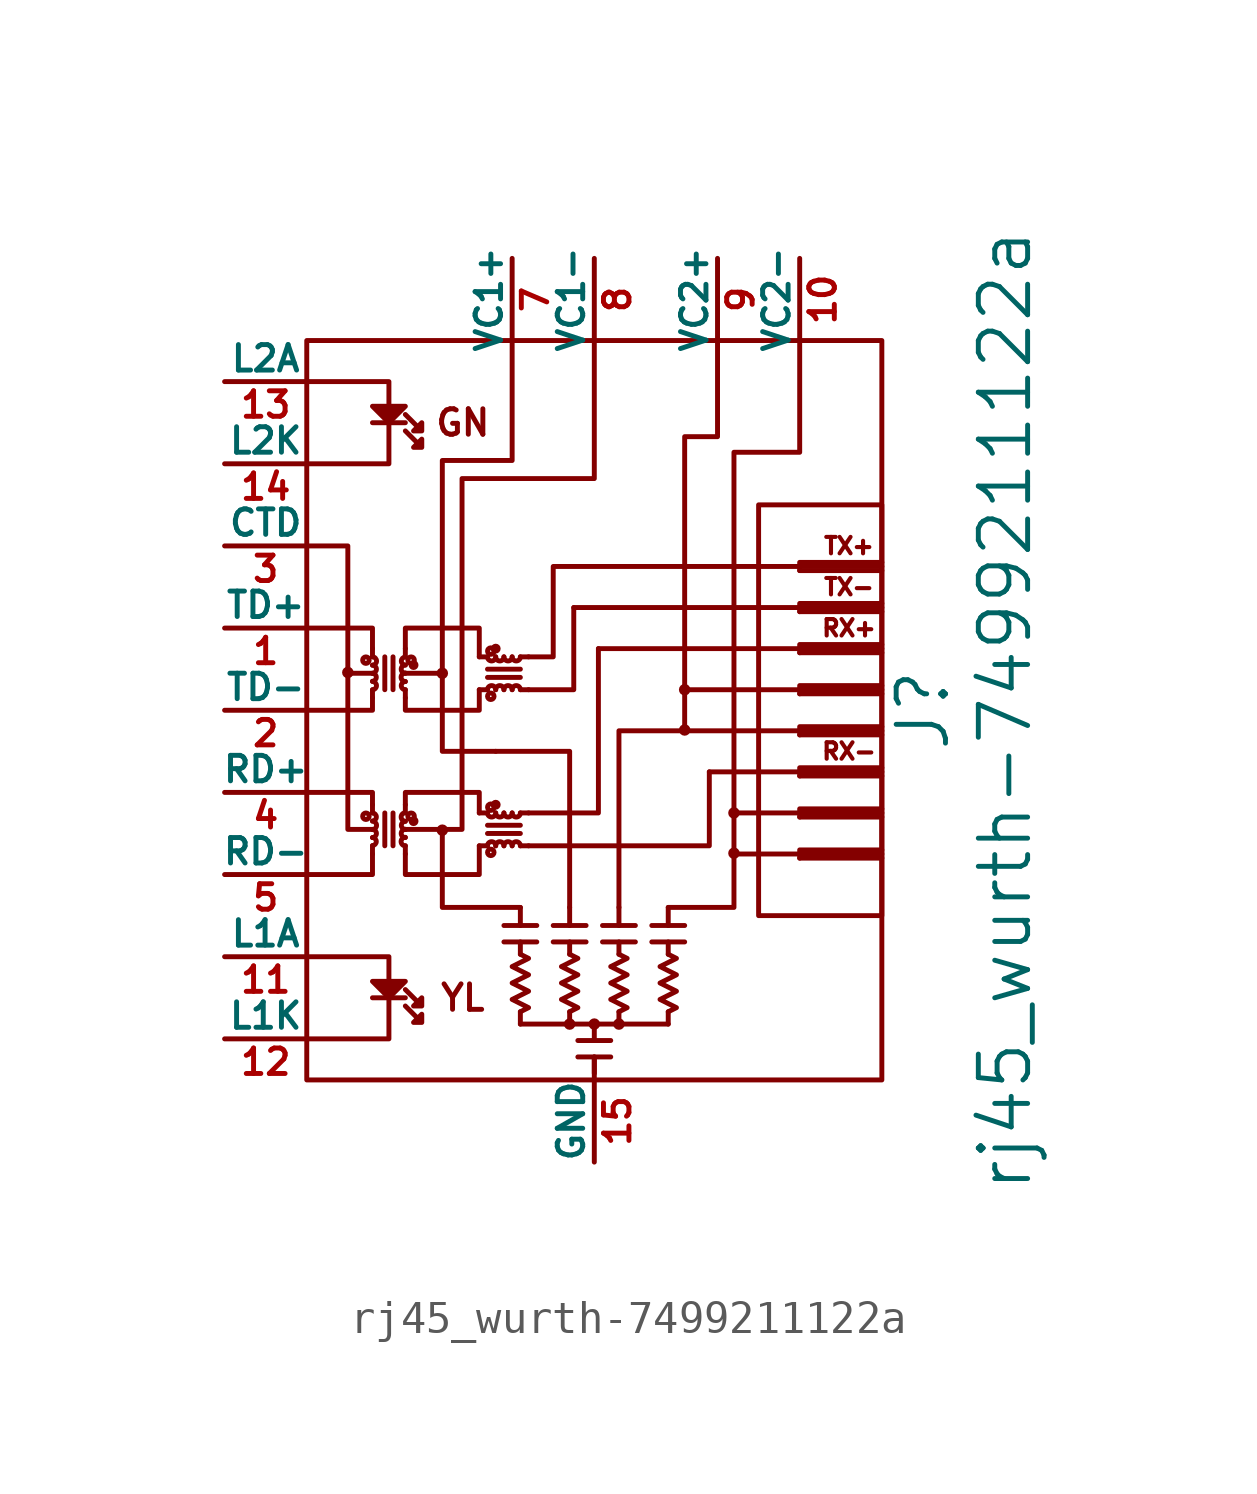
<source format=kicad_sym>
(kicad_symbol_lib
  (version 20211014)
  (generator kicad_symbol_editor)
  (symbol "rj45_wurth-7499211122a"
    (pin_names
      (offset 0))
    (property "Reference" "J"
      (at 11.43 0 90)
      (effects (font (size 1.524 1.524))))
    (property "Value" "rj45_wurth-7499211122a"
      (at 13.97 0 90)
      (effects (font (size 1.524 1.524))))
    (property "Footprint" ""
      (at -7.62 -1.27 0)
      (effects (font (size 1.524 1.524))))
    (property "Datasheet" ""
      (at -7.62 -1.27 0)
      (effects (font (size 1.524 1.524))))
    (symbol "rj45_wurth-7499211122a_0_0"
      (polyline (pts (xy -1.016 -6.096) (xy -1.016 -6.655)) (stroke (width 0) (type default) (color 0 0 0 0)) (fill (type none)))
      (polyline (pts (xy 0.508 -6.096) (xy 0.508 -6.655)) (stroke (width 0) (type default) (color 0 0 0 0)) (fill (type none)))
      (polyline (pts (xy 1.27 -10.719) (xy 1.27 -11.405)) (stroke (width 0) (type default) (color 0 0 0 0)) (fill (type none)))
      (polyline (pts (xy 2.032 -6.096) (xy 2.032 -6.655)) (stroke (width 0) (type default) (color 0 0 0 0)) (fill (type none)))
      (polyline (pts (xy 3.556 -6.096) (xy 3.556 -6.655)) (stroke (width 0) (type default) (color 0 0 0 0)) (fill (type none)))
      (polyline (pts (xy -3.429 1.143) (xy -3.429 7.722) (xy -1.27 7.722) (xy -1.27 11.455)) (stroke (width 0) (type default) (color 0 0 0 0)) (fill (type none)))
      (polyline (pts (xy 5.08 11.455) (xy 5.08 8.458) (xy 4.064 8.458) (xy 4.064 0.635)) (stroke (width 0) (type default) (color 0 0 0 0)) (fill (type none)))
      (polyline (pts (xy 1.27 11.455) (xy 1.27 7.163) (xy -2.819 7.163) (xy -2.819 -3.683) (xy -3.429 -3.683)) (stroke (width 0) (type default) (color 0 0 0 0)) (fill (type none)))
      (polyline (pts (xy 5.588 -3.175) (xy 5.588 7.976) (xy 7.595 7.976) (xy 7.62 7.976) (xy 7.62 11.455)) (stroke (width 0) (type default) (color 0 0 0 0)) (fill (type none)))
      (text "GN" (at -2.794 8.89 0) (effects (font (size 0.787 0.787))))
      (text "RX+" (at 9.144 2.54 0) (effects (font (size 0.508 0.508))))
      (text "RX-" (at 9.144 -1.27 0) (effects (font (size 0.508 0.508))))
      (text "TX+" (at 9.144 5.08 0) (effects (font (size 0.508 0.508))))
      (text "TX-" (at 9.144 3.81 0) (effects (font (size 0.508 0.508))))
      (text "YL" (at -2.794 -8.89 0) (effects (font (size 0.787 0.787)))))
    (symbol "rj45_wurth-7499211122a_0_1"
      (circle (center -6.35 1.168) (radius 0.102) (stroke (width 0) (type default) (color 0 0 0 0)) (fill (type none)))
      (circle (center -5.791 -3.277) (radius 0.025) (stroke (width 0) (type default) (color 0 0 0 0)) (fill (type none)))
      (circle (center -5.791 1.549) (radius 0.025) (stroke (width 0) (type default) (color 0 0 0 0)) (fill (type none)))
      (arc (start -5.588 -4.191) (mid -5.461 -4.064) (end -5.588 -3.937) (stroke (width 0) (type default) (color 0 0 0 0)) (fill (type none)))
      (arc (start -5.588 -3.937) (mid -5.461 -3.81) (end -5.588 -3.683) (stroke (width 0) (type default) (color 0 0 0 0)) (fill (type none)))
      (arc (start -5.588 -3.683) (mid -5.461 -3.556) (end -5.588 -3.429) (stroke (width 0) (type default) (color 0 0 0 0)) (fill (type none)))
      (arc (start -5.588 -3.429) (mid -5.461 -3.302) (end -5.588 -3.175) (stroke (width 0) (type default) (color 0 0 0 0)) (fill (type none)))
      (arc (start -5.588 0.635) (mid -5.461 0.762) (end -5.588 0.889) (stroke (width 0) (type default) (color 0 0 0 0)) (fill (type none)))
      (arc (start -5.588 0.889) (mid -5.461 1.016) (end -5.588 1.143) (stroke (width 0) (type default) (color 0 0 0 0)) (fill (type none)))
      (arc (start -5.588 1.143) (mid -5.461 1.27) (end -5.588 1.397) (stroke (width 0) (type default) (color 0 0 0 0)) (fill (type none)))
      (arc (start -5.588 1.397) (mid -5.461 1.524) (end -5.588 1.651) (stroke (width 0) (type default) (color 0 0 0 0)) (fill (type none)))
      (arc (start -4.572 -3.937) (mid -4.699 -4.064) (end -4.572 -4.191) (stroke (width 0) (type default) (color 0 0 0 0)) (fill (type none)))
      (arc (start -4.572 -3.683) (mid -4.699 -3.81) (end -4.572 -3.937) (stroke (width 0) (type default) (color 0 0 0 0)) (fill (type none)))
      (arc (start -4.572 -3.429) (mid -4.699 -3.556) (end -4.572 -3.683) (stroke (width 0) (type default) (color 0 0 0 0)) (fill (type none)))
      (arc (start -4.572 -3.175) (mid -4.699 -3.302) (end -4.572 -3.429) (stroke (width 0) (type default) (color 0 0 0 0)) (fill (type none)))
      (arc (start -4.572 0.889) (mid -4.699 0.762) (end -4.572 0.635) (stroke (width 0) (type default) (color 0 0 0 0)) (fill (type none)))
      (arc (start -4.572 1.143) (mid -4.699 1.016) (end -4.572 0.889) (stroke (width 0) (type default) (color 0 0 0 0)) (fill (type none)))
      (arc (start -4.572 1.397) (mid -4.699 1.27) (end -4.572 1.143) (stroke (width 0) (type default) (color 0 0 0 0)) (fill (type none)))
      (arc (start -4.572 1.651) (mid -4.699 1.524) (end -4.572 1.397) (stroke (width 0) (type default) (color 0 0 0 0)) (fill (type none)))
      (circle (center -4.394 -3.277) (radius 0.025) (stroke (width 0) (type default) (color 0 0 0 0)) (fill (type none)))
      (circle (center -4.394 1.549) (radius 0.025) (stroke (width 0) (type default) (color 0 0 0 0)) (fill (type none)))
      (circle (center -4.318 -3.429) (radius 0.0001) (stroke (width 0) (type default) (color 0 0 0 0)) (fill (type none)))
      (circle (center -4.318 1.397) (radius 0.0001) (stroke (width 0) (type default) (color 0 0 0 0)) (fill (type none)))
      (circle (center -3.429 -3.708) (radius 0.102) (stroke (width 0) (type default) (color 0 0 0 0)) (fill (type none)))
      (circle (center -3.429 1.143) (radius 0.102) (stroke (width 0) (type default) (color 0 0 0 0)) (fill (type none)))
      (arc (start -2.032 -3.175) (mid -1.905 -3.302) (end -1.778 -3.175) (stroke (width 0) (type default) (color 0 0 0 0)) (fill (type none)))
      (arc (start -2.032 1.651) (mid -1.905 1.524) (end -1.778 1.651) (stroke (width 0) (type default) (color 0 0 0 0)) (fill (type none)))
      (circle (center -1.93 -4.394) (radius 0.025) (stroke (width 0) (type default) (color 0 0 0 0)) (fill (type none)))
      (circle (center -1.93 -2.997) (radius 0.025) (stroke (width 0) (type default) (color 0 0 0 0)) (fill (type none)))
      (circle (center -1.93 0.432) (radius 0.025) (stroke (width 0) (type default) (color 0 0 0 0)) (fill (type none)))
      (circle (center -1.93 1.829) (radius 0.025) (stroke (width 0) (type default) (color 0 0 0 0)) (fill (type none)))
      (arc (start -1.778 -4.191) (mid -1.905 -4.064) (end -2.032 -4.191) (stroke (width 0) (type default) (color 0 0 0 0)) (fill (type none)))
      (arc (start -1.778 -3.175) (mid -1.651 -3.302) (end -1.524 -3.175) (stroke (width 0) (type default) (color 0 0 0 0)) (fill (type none)))
      (circle (center -1.778 -2.921) (radius 0.0001) (stroke (width 0) (type default) (color 0 0 0 0)) (fill (type none)))
      (arc (start -1.778 0.635) (mid -1.905 0.762) (end -2.032 0.635) (stroke (width 0) (type default) (color 0 0 0 0)) (fill (type none)))
      (arc (start -1.778 1.651) (mid -1.651 1.524) (end -1.524 1.651) (stroke (width 0) (type default) (color 0 0 0 0)) (fill (type none)))
      (circle (center -1.778 1.905) (radius 0.0001) (stroke (width 0) (type default) (color 0 0 0 0)) (fill (type none)))
      (arc (start -1.524 -4.191) (mid -1.651 -4.064) (end -1.778 -4.191) (stroke (width 0) (type default) (color 0 0 0 0)) (fill (type none)))
      (arc (start -1.524 -3.175) (mid -1.397 -3.302) (end -1.27 -3.175) (stroke (width 0) (type default) (color 0 0 0 0)) (fill (type none)))
      (arc (start -1.524 0.635) (mid -1.651 0.762) (end -1.778 0.635) (stroke (width 0) (type default) (color 0 0 0 0)) (fill (type none)))
      (arc (start -1.524 1.651) (mid -1.397 1.524) (end -1.27 1.651) (stroke (width 0) (type default) (color 0 0 0 0)) (fill (type none)))
      (arc (start -1.27 -4.191) (mid -1.397 -4.064) (end -1.524 -4.191) (stroke (width 0) (type default) (color 0 0 0 0)) (fill (type none)))
      (arc (start -1.27 -3.175) (mid -1.143 -3.302) (end -1.016 -3.175) (stroke (width 0) (type default) (color 0 0 0 0)) (fill (type none)))
      (arc (start -1.27 0.635) (mid -1.397 0.762) (end -1.524 0.635) (stroke (width 0) (type default) (color 0 0 0 0)) (fill (type none)))
      (arc (start -1.27 1.651) (mid -1.143 1.524) (end -1.016 1.651) (stroke (width 0) (type default) (color 0 0 0 0)) (fill (type none)))
      (arc (start -1.016 -4.191) (mid -1.143 -4.064) (end -1.27 -4.191) (stroke (width 0) (type default) (color 0 0 0 0)) (fill (type none)))
      (arc (start -1.016 0.635) (mid -1.143 0.762) (end -1.27 0.635) (stroke (width 0) (type default) (color 0 0 0 0)) (fill (type none)))
      (polyline (pts (xy -6.35 1.143) (xy -5.588 1.143)) (stroke (width 0) (type default) (color 0 0 0 0)) (fill (type none)))
      (polyline (pts (xy -5.588 -8.89) (xy -4.572 -8.89)) (stroke (width 0) (type default) (color 0 0 0 0)) (fill (type none)))
      (polyline (pts (xy -5.588 -4.191) (xy -5.588 -4.445)) (stroke (width 0) (type default) (color 0 0 0 0)) (fill (type none)))
      (polyline (pts (xy -5.588 -2.921) (xy -5.588 -3.175)) (stroke (width 0) (type default) (color 0 0 0 0)) (fill (type none)))
      (polyline (pts (xy -5.588 0.635) (xy -5.588 0.381)) (stroke (width 0) (type default) (color 0 0 0 0)) (fill (type none)))
      (polyline (pts (xy -5.588 1.905) (xy -5.588 1.651)) (stroke (width 0) (type default) (color 0 0 0 0)) (fill (type none)))
      (polyline (pts (xy -5.588 8.89) (xy -4.572 8.89)) (stroke (width 0) (type default) (color 0 0 0 0)) (fill (type none)))
      (polyline (pts (xy -5.207 -4.191) (xy -5.207 -3.175)) (stroke (width 0) (type default) (color 0 0 0 0)) (fill (type none)))
      (polyline (pts (xy -5.207 0.635) (xy -5.207 1.651)) (stroke (width 0) (type default) (color 0 0 0 0)) (fill (type none)))
      (polyline (pts (xy -4.953 -3.175) (xy -4.953 -4.191)) (stroke (width 0) (type default) (color 0 0 0 0)) (fill (type none)))
      (polyline (pts (xy -4.953 1.651) (xy -4.953 0.635)) (stroke (width 0) (type default) (color 0 0 0 0)) (fill (type none)))
      (polyline (pts (xy -4.572 -4.191) (xy -4.572 -4.445)) (stroke (width 0) (type default) (color 0 0 0 0)) (fill (type none)))
      (polyline (pts (xy -4.572 -2.921) (xy -4.572 -3.175)) (stroke (width 0) (type default) (color 0 0 0 0)) (fill (type none)))
      (polyline (pts (xy -4.572 0.635) (xy -4.572 0.381)) (stroke (width 0) (type default) (color 0 0 0 0)) (fill (type none)))
      (polyline (pts (xy -4.572 1.905) (xy -4.572 1.651)) (stroke (width 0) (type default) (color 0 0 0 0)) (fill (type none)))
      (polyline (pts (xy -2.286 -4.191) (xy -2.032 -4.191)) (stroke (width 0) (type default) (color 0 0 0 0)) (fill (type none)))
      (polyline (pts (xy -2.286 -3.175) (xy -2.032 -3.175)) (stroke (width 0) (type default) (color 0 0 0 0)) (fill (type none)))
      (polyline (pts (xy -2.286 0.635) (xy -2.032 0.635)) (stroke (width 0) (type default) (color 0 0 0 0)) (fill (type none)))
      (polyline (pts (xy -2.286 1.651) (xy -2.032 1.651)) (stroke (width 0) (type default) (color 0 0 0 0)) (fill (type none)))
      (polyline (pts (xy -2.032 -3.556) (xy -1.016 -3.556)) (stroke (width 0) (type default) (color 0 0 0 0)) (fill (type none)))
      (polyline (pts (xy -2.032 1.27) (xy -1.016 1.27)) (stroke (width 0) (type default) (color 0 0 0 0)) (fill (type none)))
      (polyline (pts (xy -1.524 -6.655) (xy -0.508 -6.655)) (stroke (width 0) (type default) (color 0 0 0 0)) (fill (type none)))
      (polyline (pts (xy -1.016 -9.703) (xy -1.016 -9.322)) (stroke (width 0) (type default) (color 0 0 0 0)) (fill (type none)))
      (polyline (pts (xy -1.016 -7.544) (xy -1.016 -7.163)) (stroke (width 0) (type default) (color 0 0 0 0)) (fill (type none)))
      (polyline (pts (xy -1.016 -4.191) (xy -0.762 -4.191)) (stroke (width 0) (type default) (color 0 0 0 0)) (fill (type none)))
      (polyline (pts (xy -1.016 -3.81) (xy -2.032 -3.81)) (stroke (width 0) (type default) (color 0 0 0 0)) (fill (type none)))
      (polyline (pts (xy -1.016 -3.175) (xy -0.762 -3.175)) (stroke (width 0) (type default) (color 0 0 0 0)) (fill (type none)))
      (polyline (pts (xy -1.016 0.635) (xy -0.762 0.635)) (stroke (width 0) (type default) (color 0 0 0 0)) (fill (type none)))
      (polyline (pts (xy -1.016 1.016) (xy -2.032 1.016)) (stroke (width 0) (type default) (color 0 0 0 0)) (fill (type none)))
      (polyline (pts (xy -1.016 1.651) (xy -0.762 1.651)) (stroke (width 0) (type default) (color 0 0 0 0)) (fill (type none)))
      (polyline (pts (xy -0.508 -7.163) (xy -1.524 -7.163)) (stroke (width 0) (type default) (color 0 0 0 0)) (fill (type none)))
      (polyline (pts (xy 0 -6.655) (xy 1.016 -6.655)) (stroke (width 0) (type default) (color 0 0 0 0)) (fill (type none)))
      (polyline (pts (xy 0.508 -9.703) (xy 0.508 -9.322)) (stroke (width 0) (type default) (color 0 0 0 0)) (fill (type none)))
      (polyline (pts (xy 0.508 -7.544) (xy 0.508 -7.163)) (stroke (width 0) (type default) (color 0 0 0 0)) (fill (type none)))
      (polyline (pts (xy 0.762 -10.211) (xy 1.778 -10.211)) (stroke (width 0) (type default) (color 0 0 0 0)) (fill (type none)))
      (polyline (pts (xy 1.016 -7.163) (xy 0 -7.163)) (stroke (width 0) (type default) (color 0 0 0 0)) (fill (type none)))
      (polyline (pts (xy 1.27 -10.719) (xy 1.27 -11.227)) (stroke (width 0) (type default) (color 0 0 0 0)) (fill (type none)))
      (polyline (pts (xy 1.27 -9.703) (xy 1.27 -10.211)) (stroke (width 0) (type default) (color 0 0 0 0)) (fill (type none)))
      (polyline (pts (xy 1.524 -6.655) (xy 2.54 -6.655)) (stroke (width 0) (type default) (color 0 0 0 0)) (fill (type none)))
      (polyline (pts (xy 1.778 -10.719) (xy 0.762 -10.719)) (stroke (width 0) (type default) (color 0 0 0 0)) (fill (type none)))
      (polyline (pts (xy 2.032 -9.703) (xy 2.032 -9.322)) (stroke (width 0) (type default) (color 0 0 0 0)) (fill (type none)))
      (polyline (pts (xy 2.032 -7.544) (xy 2.032 -7.163)) (stroke (width 0) (type default) (color 0 0 0 0)) (fill (type none)))
      (polyline (pts (xy 2.54 -7.163) (xy 1.524 -7.163)) (stroke (width 0) (type default) (color 0 0 0 0)) (fill (type none)))
      (polyline (pts (xy 3.048 -6.655) (xy 4.064 -6.655)) (stroke (width 0) (type default) (color 0 0 0 0)) (fill (type none)))
      (polyline (pts (xy 3.556 -9.703) (xy -1.016 -9.703)) (stroke (width 0) (type default) (color 0 0 0 0)) (fill (type none)))
      (polyline (pts (xy 3.556 -9.703) (xy 3.556 -9.322)) (stroke (width 0) (type default) (color 0 0 0 0)) (fill (type none)))
      (polyline (pts (xy 3.556 -7.544) (xy 3.556 -7.163)) (stroke (width 0) (type default) (color 0 0 0 0)) (fill (type none)))
      (polyline (pts (xy 4.064 -7.163) (xy 3.048 -7.163)) (stroke (width 0) (type default) (color 0 0 0 0)) (fill (type none)))
      (polyline (pts (xy 4.064 0.635) (xy 4.064 -0.635)) (stroke (width 0) (type default) (color 0 0 0 0)) (fill (type none)))
      (polyline (pts (xy 7.62 -4.572) (xy 10.16 -4.572)) (stroke (width 0) (type default) (color 0 0 0 0)) (fill (type none)))
      (polyline (pts (xy 7.62 -4.445) (xy 5.588 -4.445)) (stroke (width 0) (type default) (color 0 0 0 0)) (fill (type none)))
      (polyline (pts (xy 7.62 -4.445) (xy 10.16 -4.445)) (stroke (width 0) (type default) (color 0 0 0 0)) (fill (type none)))
      (polyline (pts (xy 7.62 -3.302) (xy 10.16 -3.302)) (stroke (width 0) (type default) (color 0 0 0 0)) (fill (type none)))
      (polyline (pts (xy 7.62 -3.175) (xy 10.16 -3.175)) (stroke (width 0) (type default) (color 0 0 0 0)) (fill (type none)))
      (polyline (pts (xy 7.62 -2.032) (xy 10.16 -2.032)) (stroke (width 0) (type default) (color 0 0 0 0)) (fill (type none)))
      (polyline (pts (xy 7.62 -1.905) (xy 4.826 -1.905)) (stroke (width 0) (type default) (color 0 0 0 0)) (fill (type none)))
      (polyline (pts (xy 7.62 -1.905) (xy 10.16 -1.905)) (stroke (width 0) (type default) (color 0 0 0 0)) (fill (type none)))
      (polyline (pts (xy 7.62 -0.762) (xy 10.16 -0.762)) (stroke (width 0) (type default) (color 0 0 0 0)) (fill (type none)))
      (polyline (pts (xy 7.62 -0.635) (xy 4.064 -0.635)) (stroke (width 0) (type default) (color 0 0 0 0)) (fill (type none)))
      (polyline (pts (xy 7.62 -0.635) (xy 10.16 -0.635)) (stroke (width 0) (type default) (color 0 0 0 0)) (fill (type none)))
      (polyline (pts (xy 7.62 0.508) (xy 10.16 0.508)) (stroke (width 0) (type default) (color 0 0 0 0)) (fill (type none)))
      (polyline (pts (xy 7.62 0.635) (xy 4.064 0.635)) (stroke (width 0) (type default) (color 0 0 0 0)) (fill (type none)))
      (polyline (pts (xy 7.62 0.635) (xy 10.16 0.635)) (stroke (width 0) (type default) (color 0 0 0 0)) (fill (type none)))
      (polyline (pts (xy 7.62 1.778) (xy 10.16 1.778)) (stroke (width 0) (type default) (color 0 0 0 0)) (fill (type none)))
      (polyline (pts (xy 7.62 1.905) (xy 1.397 1.905)) (stroke (width 0) (type default) (color 0 0 0 0)) (fill (type none)))
      (polyline (pts (xy 7.62 1.905) (xy 10.16 1.905)) (stroke (width 0) (type default) (color 0 0 0 0)) (fill (type none)))
      (polyline (pts (xy 7.62 3.048) (xy 10.16 3.048)) (stroke (width 0) (type default) (color 0 0 0 0)) (fill (type none)))
      (polyline (pts (xy 7.62 3.175) (xy 0.635 3.175)) (stroke (width 0) (type default) (color 0 0 0 0)) (fill (type none)))
      (polyline (pts (xy 7.62 3.175) (xy 10.16 3.175)) (stroke (width 0) (type default) (color 0 0 0 0)) (fill (type none)))
      (polyline (pts (xy 7.62 4.318) (xy 10.16 4.318)) (stroke (width 0) (type default) (color 0 0 0 0)) (fill (type none)))
      (polyline (pts (xy 7.62 4.445) (xy 10.16 4.445)) (stroke (width 0) (type default) (color 0 0 0 0)) (fill (type none)))
      (polyline (pts (xy -7.62 -2.54) (xy -5.588 -2.54) (xy -5.588 -2.921)) (stroke (width 0) (type default) (color 0 0 0 0)) (fill (type none)))
      (polyline (pts (xy -7.62 0) (xy -5.588 0) (xy -5.588 0.381)) (stroke (width 0) (type default) (color 0 0 0 0)) (fill (type none)))
      (polyline (pts (xy -7.62 2.54) (xy -5.588 2.54) (xy -5.588 1.905)) (stroke (width 0) (type default) (color 0 0 0 0)) (fill (type none)))
      (polyline (pts (xy -6.35 1.143) (xy -6.35 -3.683) (xy -5.588 -3.683)) (stroke (width 0) (type default) (color 0 0 0 0)) (fill (type none)))
      (polyline (pts (xy -6.35 1.143) (xy -6.35 5.08) (xy -7.62 5.08)) (stroke (width 0) (type default) (color 0 0 0 0)) (fill (type none)))
      (polyline (pts (xy -5.588 -4.445) (xy -5.588 -5.08) (xy -7.62 -5.08)) (stroke (width 0) (type default) (color 0 0 0 0)) (fill (type none)))
      (polyline (pts (xy -5.08 -8.89) (xy -5.08 -10.16) (xy -7.62 -10.16)) (stroke (width 0) (type default) (color 0 0 0 0)) (fill (type none)))
      (polyline (pts (xy -5.08 -8.382) (xy -5.08 -7.62) (xy -7.62 -7.62)) (stroke (width 0) (type default) (color 0 0 0 0)) (fill (type none)))
      (polyline (pts (xy -5.08 8.89) (xy -5.08 7.62) (xy -7.62 7.62)) (stroke (width 0) (type default) (color 0 0 0 0)) (fill (type none)))
      (polyline (pts (xy -5.08 9.398) (xy -5.08 10.16) (xy -7.62 10.16)) (stroke (width 0) (type default) (color 0 0 0 0)) (fill (type none)))
      (polyline (pts (xy 0.508 -6.096) (xy 0.508 -1.27) (xy -1.778 -1.27)) (stroke (width 0) (type default) (color 0 0 0 0)) (fill (type none)))
      (polyline (pts (xy 0.635 3.175) (xy 0.635 0.635) (xy -0.762 0.635)) (stroke (width 0) (type default) (color 0 0 0 0)) (fill (type none)))
      (polyline (pts (xy 1.397 1.905) (xy 1.397 -3.175) (xy -0.762 -3.175)) (stroke (width 0) (type default) (color 0 0 0 0)) (fill (type none)))
      (polyline (pts (xy 2.032 -6.096) (xy 2.032 -0.635) (xy 4.064 -0.635)) (stroke (width 0) (type default) (color 0 0 0 0)) (fill (type none)))
      (polyline (pts (xy 3.556 -6.096) (xy 5.588 -6.096) (xy 5.588 -4.445)) (stroke (width 0) (type default) (color 0 0 0 0)) (fill (type none)))
      (polyline (pts (xy 4.826 -1.905) (xy 4.826 -4.191) (xy -0.762 -4.191)) (stroke (width 0) (type default) (color 0 0 0 0)) (fill (type none)))
      (polyline (pts (xy 5.588 -4.445) (xy 5.588 -3.175) (xy 7.62 -3.175)) (stroke (width 0) (type default) (color 0 0 0 0)) (fill (type none)))
      (polyline (pts (xy 7.62 -4.572) (xy 7.62 -4.318) (xy 10.16 -4.318)) (stroke (width 0) (type default) (color 0 0 0 0)) (fill (type none)))
      (polyline (pts (xy 7.62 -3.302) (xy 7.62 -3.048) (xy 10.16 -3.048)) (stroke (width 0) (type default) (color 0 0 0 0)) (fill (type none)))
      (polyline (pts (xy 7.62 -2.032) (xy 7.62 -1.778) (xy 10.16 -1.778)) (stroke (width 0) (type default) (color 0 0 0 0)) (fill (type none)))
      (polyline (pts (xy 7.62 -0.762) (xy 7.62 -0.508) (xy 10.16 -0.508)) (stroke (width 0) (type default) (color 0 0 0 0)) (fill (type none)))
      (polyline (pts (xy 7.62 0.508) (xy 7.62 0.762) (xy 10.16 0.762)) (stroke (width 0) (type default) (color 0 0 0 0)) (fill (type none)))
      (polyline (pts (xy 7.62 1.778) (xy 7.62 2.032) (xy 10.16 2.032)) (stroke (width 0) (type default) (color 0 0 0 0)) (fill (type none)))
      (polyline (pts (xy 7.62 3.048) (xy 7.62 3.302) (xy 10.16 3.302)) (stroke (width 0) (type default) (color 0 0 0 0)) (fill (type none)))
      (polyline (pts (xy 7.62 4.318) (xy 7.62 4.572) (xy 10.16 4.572)) (stroke (width 0) (type default) (color 0 0 0 0)) (fill (type none)))
      (polyline (pts (xy -5.588 -8.382) (xy -5.08 -8.89) (xy -4.572 -8.382) (xy -5.588 -8.382)) (stroke (width 0) (type default) (color 0 0 0 0)) (fill (type outline)))
      (polyline (pts (xy -5.588 9.398) (xy -5.08 8.89) (xy -4.572 9.398) (xy -5.588 9.398)) (stroke (width 0) (type default) (color 0 0 0 0)) (fill (type outline)))
      (polyline (pts (xy -4.572 -4.445) (xy -4.572 -5.08) (xy -2.286 -5.08) (xy -2.286 -4.191)) (stroke (width 0) (type default) (color 0 0 0 0)) (fill (type none)))
      (polyline (pts (xy -4.572 -3.683) (xy -3.429 -3.683) (xy -3.429 -6.096) (xy -1.016 -6.096)) (stroke (width 0) (type default) (color 0 0 0 0)) (fill (type none)))
      (polyline (pts (xy -4.572 -2.921) (xy -4.572 -2.54) (xy -2.286 -2.54) (xy -2.286 -3.175)) (stroke (width 0) (type default) (color 0 0 0 0)) (fill (type none)))
      (polyline (pts (xy -4.572 0.381) (xy -4.572 0) (xy -2.286 0) (xy -2.286 0.635)) (stroke (width 0) (type default) (color 0 0 0 0)) (fill (type none)))
      (polyline (pts (xy -4.572 1.143) (xy -3.429 1.143) (xy -3.429 -1.27) (xy -1.778 -1.27)) (stroke (width 0) (type default) (color 0 0 0 0)) (fill (type none)))
      (polyline (pts (xy -4.572 1.905) (xy -4.572 2.54) (xy -2.286 2.54) (xy -2.286 1.651)) (stroke (width 0) (type default) (color 0 0 0 0)) (fill (type none)))
      (polyline (pts (xy 7.62 4.445) (xy 0 4.445) (xy 0 1.651) (xy -0.762 1.651)) (stroke (width 0) (type default) (color 0 0 0 0)) (fill (type none)))
      (polyline (pts (xy -4.572 -9.144) (xy -4.064 -9.652) (xy -4.064 -9.398) (xy -4.318 -9.652) (xy -4.064 -9.652)) (stroke (width 0) (type default) (color 0 0 0 0)) (fill (type none)))
      (polyline (pts (xy -4.572 -8.636) (xy -4.064 -9.144) (xy -4.064 -8.89) (xy -4.318 -9.144) (xy -4.064 -9.144)) (stroke (width 0) (type default) (color 0 0 0 0)) (fill (type none)))
      (polyline (pts (xy -4.572 8.636) (xy -4.064 8.128) (xy -4.064 8.382) (xy -4.318 8.128) (xy -4.064 8.128)) (stroke (width 0) (type default) (color 0 0 0 0)) (fill (type none)))
      (polyline (pts (xy -4.572 9.144) (xy -4.064 8.636) (xy -4.064 8.89) (xy -4.318 8.636) (xy -4.064 8.636)) (stroke (width 0) (type default) (color 0 0 0 0)) (fill (type none)))
      (polyline (pts (xy -1.016 -7.544) (xy -0.762 -7.671) (xy -1.27 -7.925) (xy -0.762 -8.179) (xy -1.27 -8.433) (xy -0.762 -8.687) (xy -1.27 -8.941) (xy -0.762 -9.195) (xy -1.016 -9.322)) (stroke (width 0) (type default) (color 0 0 0 0)) (fill (type none)))
      (polyline (pts (xy 0.508 -7.544) (xy 0.762 -7.671) (xy 0.254 -7.925) (xy 0.762 -8.179) (xy 0.254 -8.433) (xy 0.762 -8.687) (xy 0.254 -8.941) (xy 0.762 -9.195) (xy 0.508 -9.322)) (stroke (width 0) (type default) (color 0 0 0 0)) (fill (type none)))
      (polyline (pts (xy 2.032 -7.544) (xy 2.286 -7.671) (xy 1.778 -7.925) (xy 2.286 -8.179) (xy 1.778 -8.433) (xy 2.286 -8.687) (xy 1.778 -8.941) (xy 2.286 -9.195) (xy 2.032 -9.322)) (stroke (width 0) (type default) (color 0 0 0 0)) (fill (type none)))
      (polyline (pts (xy 3.556 -7.544) (xy 3.81 -7.671) (xy 3.302 -7.925) (xy 3.81 -8.179) (xy 3.302 -8.433) (xy 3.81 -8.687) (xy 3.302 -8.941) (xy 3.81 -9.195) (xy 3.556 -9.322)) (stroke (width 0) (type default) (color 0 0 0 0)) (fill (type none)))
      (circle (center 0.508 -9.703) (radius 0.102) (stroke (width 0) (type default) (color 0 0 0 0)) (fill (type none)))
      (circle (center 1.27 -9.703) (radius 0.102) (stroke (width 0) (type default) (color 0 0 0 0)) (fill (type none)))
      (circle (center 2.032 -9.703) (radius 0.102) (stroke (width 0) (type default) (color 0 0 0 0)) (fill (type none)))
      (circle (center 4.064 -0.61) (radius 0.102) (stroke (width 0) (type default) (color 0 0 0 0)) (fill (type none)))
      (circle (center 4.064 0.635) (radius 0.102) (stroke (width 0) (type default) (color 0 0 0 0)) (fill (type none)))
      (circle (center 5.588 -4.42) (radius 0.102) (stroke (width 0) (type default) (color 0 0 0 0)) (fill (type none)))
      (circle (center 5.588 -3.175) (radius 0.102) (stroke (width 0) (type default) (color 0 0 0 0)) (fill (type none)))
      (rectangle (start 10.16 6.35) (end 6.35 -6.35) (stroke (width 0) (type default) (color 0 0 0 0)) (fill (type none)))
      (rectangle (start 10.16 11.43) (end -7.62 -11.43) (stroke (width 0) (type default) (color 0 0 0 0)) (fill (type none))))
    (symbol "rj45_wurth-7499211122a_1_1"
      (pin passive line (at -10.16 2.54 0) (length 2.54) (name "TD+" (effects (font (size 0.787 0.787)))) (number "1" (effects (font (size 0.787 0.787)))))
      (pin passive line (at 7.62 13.97 270) (length 2.54) (name "VC2-" (effects (font (size 0.787 0.787)))) (number "10" (effects (font (size 0.787 0.787)))))
      (pin passive line (at -10.16 -7.62 0) (length 2.54) (name "L1A" (effects (font (size 0.787 0.787)))) (number "11" (effects (font (size 0.787 0.787)))))
      (pin passive line (at -10.16 -10.16 0) (length 2.54) (name "L1K" (effects (font (size 0.787 0.787)))) (number "12" (effects (font (size 0.787 0.787)))))
      (pin passive line (at -10.16 10.16 0) (length 2.54) (name "L2A" (effects (font (size 0.787 0.787)))) (number "13" (effects (font (size 0.787 0.787)))))
      (pin passive line (at -10.16 7.62 0) (length 2.54) (name "L2K" (effects (font (size 0.787 0.787)))) (number "14" (effects (font (size 0.787 0.787)))))
      (pin passive line (at 1.27 -13.97 90) (length 2.54) (name "GND" (effects (font (size 0.787 0.787)))) (number "15" (effects (font (size 0.787 0.787)))))
      (pin passive line (at -10.16 0 0) (length 2.54) (name "TD-" (effects (font (size 0.787 0.787)))) (number "2" (effects (font (size 0.787 0.787)))))
      (pin passive line (at -10.16 5.08 0) (length 2.54) (name "CTD" (effects (font (size 0.787 0.787)))) (number "3" (effects (font (size 0.787 0.787)))))
      (pin passive line (at -10.16 -2.54 0) (length 2.54) (name "RD+" (effects (font (size 0.787 0.787)))) (number "4" (effects (font (size 0.787 0.787)))))
      (pin passive line (at -10.16 -5.08 0) (length 2.54) (name "RD-" (effects (font (size 0.787 0.787)))) (number "5" (effects (font (size 0.787 0.787)))))
      (pin passive line (at -1.27 13.97 270) (length 2.54) (name "VC1+" (effects (font (size 0.787 0.787)))) (number "7" (effects (font (size 0.787 0.787)))))
      (pin passive line (at 1.27 13.97 270) (length 2.54) (name "VC1-" (effects (font (size 0.787 0.787)))) (number "8" (effects (font (size 0.787 0.787)))))
      (pin passive line (at 5.08 13.97 270) (length 2.54) (name "VC2+" (effects (font (size 0.787 0.787)))) (number "9" (effects (font (size 0.787 0.787))))))))
</source>
